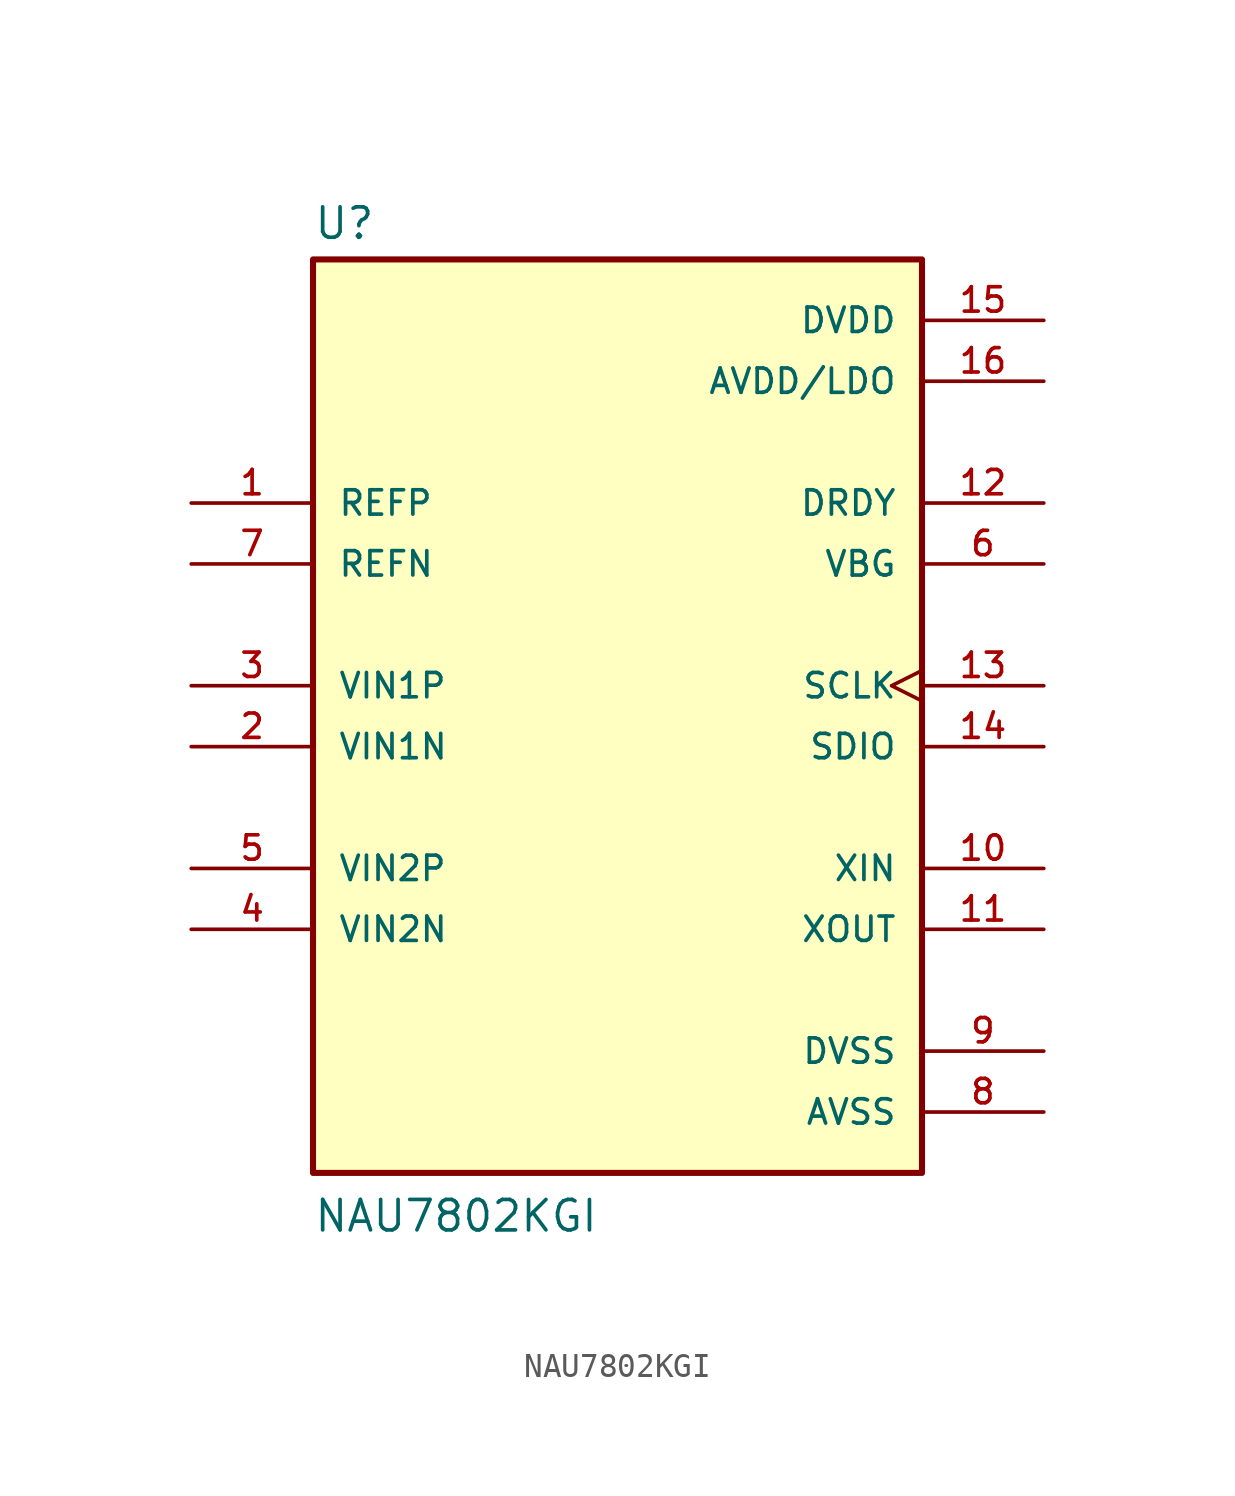
<source format=kicad_sym>
(kicad_symbol_lib
  (version 20211014)
  (generator kicad_symbol_editor)
  (symbol "NAU7802KGI"
    (pin_names
      (offset 1.016))
    (property "Reference" "U"
      (at -12.7 18.542 0)
      (effects (font (size 1.27 1.27)) (justify bottom left)))
    (property "Value" "NAU7802KGI"
      (at -12.7 -22.86 0)
      (effects (font (size 1.27 1.27)) (justify bottom left)))
    (symbol "NAU7802KGI_0_0"
      (rectangle (start -12.7 -20.32) (end 12.7 17.78) (stroke (width 0.254)) (fill (type background)))
      (pin input line (at -17.78 7.62 0) (length 5.08) (name "REFP" (effects (font (size 1.016 1.016)))) (number "1" (effects (font (size 1.016 1.016)))))
      (pin input line (at -17.78 -2.54 0) (length 5.08) (name "VIN1N" (effects (font (size 1.016 1.016)))) (number "2" (effects (font (size 1.016 1.016)))))
      (pin input line (at -17.78 0.0 0) (length 5.08) (name "VIN1P" (effects (font (size 1.016 1.016)))) (number "3" (effects (font (size 1.016 1.016)))))
      (pin output line (at 17.78 5.08 180.0) (length 5.08) (name "VBG" (effects (font (size 1.016 1.016)))) (number "6" (effects (font (size 1.016 1.016)))))
      (pin input line (at -17.78 5.08 0) (length 5.08) (name "REFN" (effects (font (size 1.016 1.016)))) (number "7" (effects (font (size 1.016 1.016)))))
      (pin power_in line (at 17.78 -17.78 180.0) (length 5.08) (name "AVSS" (effects (font (size 1.016 1.016)))) (number "8" (effects (font (size 1.016 1.016)))))
      (pin power_in line (at 17.78 -15.24 180.0) (length 5.08) (name "DVSS" (effects (font (size 1.016 1.016)))) (number "9" (effects (font (size 1.016 1.016)))))
      (pin input line (at 17.78 -7.62 180.0) (length 5.08) (name "XIN" (effects (font (size 1.016 1.016)))) (number "10" (effects (font (size 1.016 1.016)))))
      (pin output line (at 17.78 7.62 180.0) (length 5.08) (name "DRDY" (effects (font (size 1.016 1.016)))) (number "12" (effects (font (size 1.016 1.016)))))
      (pin output line (at 17.78 -10.16 180.0) (length 5.08) (name "XOUT" (effects (font (size 1.016 1.016)))) (number "11" (effects (font (size 1.016 1.016)))))
      (pin input clock (at 17.78 0.0 180.0) (length 5.08) (name "SCLK" (effects (font (size 1.016 1.016)))) (number "13" (effects (font (size 1.016 1.016)))))
      (pin bidirectional line (at 17.78 -2.54 180.0) (length 5.08) (name "SDIO" (effects (font (size 1.016 1.016)))) (number "14" (effects (font (size 1.016 1.016)))))
      (pin power_in line (at 17.78 15.24 180.0) (length 5.08) (name "DVDD" (effects (font (size 1.016 1.016)))) (number "15" (effects (font (size 1.016 1.016)))))
      (pin power_in line (at 17.78 12.7 180.0) (length 5.08) (name "AVDD/LDO" (effects (font (size 1.016 1.016)))) (number "16" (effects (font (size 1.016 1.016)))))
      (pin input line (at -17.78 -10.16 0) (length 5.08) (name "VIN2N" (effects (font (size 1.016 1.016)))) (number "4" (effects (font (size 1.016 1.016)))))
      (pin input line (at -17.78 -7.62 0) (length 5.08) (name "VIN2P" (effects (font (size 1.016 1.016)))) (number "5" (effects (font (size 1.016 1.016))))))))
</source>
